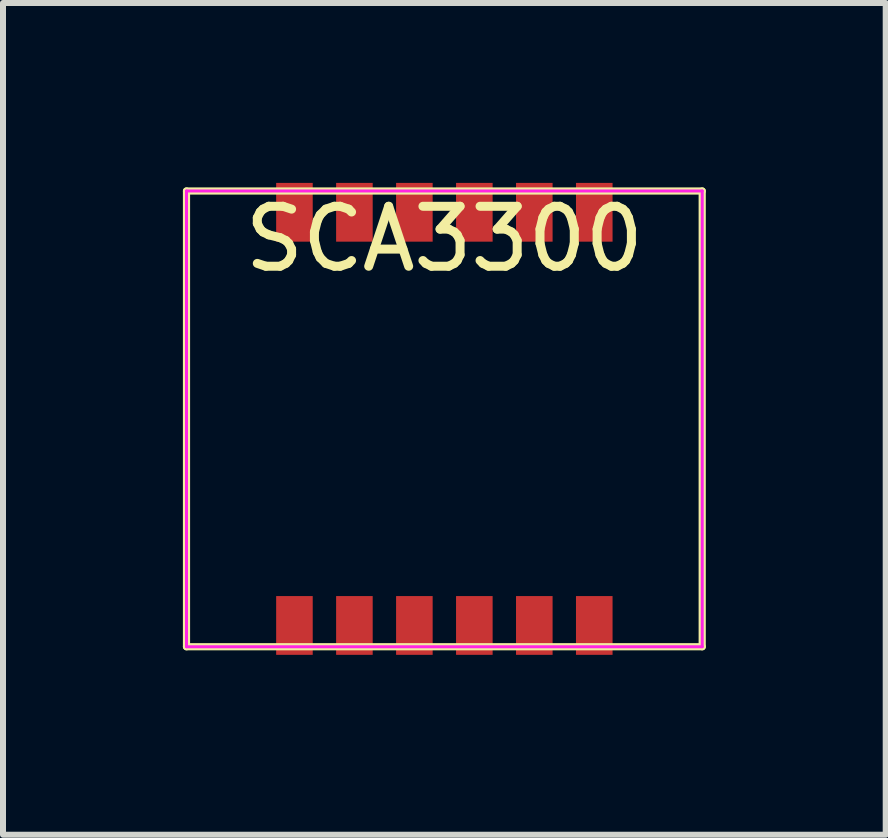
<source format=kicad_pcb>
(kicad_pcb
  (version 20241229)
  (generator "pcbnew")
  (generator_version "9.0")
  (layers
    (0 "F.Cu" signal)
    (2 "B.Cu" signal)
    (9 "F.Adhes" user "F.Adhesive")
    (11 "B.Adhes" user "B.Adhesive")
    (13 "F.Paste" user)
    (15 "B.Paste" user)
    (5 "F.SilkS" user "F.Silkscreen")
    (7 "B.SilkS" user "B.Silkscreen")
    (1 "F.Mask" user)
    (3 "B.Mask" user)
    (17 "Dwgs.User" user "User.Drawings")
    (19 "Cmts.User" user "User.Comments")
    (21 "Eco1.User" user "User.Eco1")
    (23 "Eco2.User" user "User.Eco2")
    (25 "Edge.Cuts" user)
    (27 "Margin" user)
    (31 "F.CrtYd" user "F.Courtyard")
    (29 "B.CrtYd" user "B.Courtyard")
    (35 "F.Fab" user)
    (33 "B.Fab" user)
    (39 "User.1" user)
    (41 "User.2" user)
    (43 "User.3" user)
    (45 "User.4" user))
  (footprint "SCA3300"
    (layer "F.Cu")
    (at 4.36 3.935)
    (property "Reference" "SCA3300" (at 0 -3 0) (layer "F.SilkS") (effects (font (size 1 1) (thickness 0.15))))
    (attr through_hole)
    (fp_line (start -4.3 -3.8) (end -4.3 3.8) (stroke (width 0.12) (type solid)) (layer "F.SilkS"))
    (fp_line (start -4.3 3.8) (end 4.3 3.8) (stroke (width 0.12) (type solid)) (layer "F.SilkS"))
    (fp_line (start 4.3 -3.8) (end -4.3 -3.8) (stroke (width 0.12) (type solid)) (layer "F.SilkS"))
    (fp_line (start 4.3 3.8) (end 4.3 -3.8) (stroke (width 0.12) (type solid)) (layer "F.SilkS"))
    (fp_line (start -4.3 -3.8) (end -4.3 3.8) (stroke (width 0.05) (type solid)) (layer "F.CrtYd"))
    (fp_line (start -4.3 3.8) (end 4.3 3.8) (stroke (width 0.05) (type solid)) (layer "F.CrtYd"))
    (fp_line (start 4.3 -3.8) (end -4.3 -3.8) (stroke (width 0.05) (type solid)) (layer "F.CrtYd"))
    (fp_line (start 4.3 3.8) (end 4.3 -3.8) (stroke (width 0.05) (type solid)) (layer "F.CrtYd"))
    (pad "1" smd rect (at -2.5 3.445) (size 0.61 0.98) (layers "F.Cu" "F.Mask" "F.Paste"))
    (pad "2" smd rect (at -1.5 3.445) (size 0.61 0.98) (layers "F.Cu" "F.Mask" "F.Paste"))
    (pad "3" smd rect (at -0.5 3.445) (size 0.61 0.98) (layers "F.Cu" "F.Mask" "F.Paste"))
    (pad "4" smd rect (at 0.5 3.445) (size 0.61 0.98) (layers "F.Cu" "F.Mask" "F.Paste"))
    (pad "5" smd rect (at 1.5 3.445) (size 0.61 0.98) (layers "F.Cu" "F.Mask" "F.Paste"))
    (pad "6" smd rect (at 2.5 3.445) (size 0.61 0.98) (layers "F.Cu" "F.Mask" "F.Paste"))
    (pad "7" smd rect (at 2.5 -3.445) (size 0.61 0.98) (layers "F.Cu" "F.Mask" "F.Paste"))
    (pad "8" smd rect (at 1.5 -3.445) (size 0.61 0.98) (layers "F.Cu" "F.Mask" "F.Paste"))
    (pad "9" smd rect (at 0.5 -3.445) (size 0.61 0.98) (layers "F.Cu" "F.Mask" "F.Paste"))
    (pad "10" smd rect (at -0.5 -3.445) (size 0.61 0.98) (layers "F.Cu" "F.Mask" "F.Paste"))
    (pad "11" smd rect (at -1.5 -3.445) (size 0.61 0.98) (layers "F.Cu" "F.Mask" "F.Paste"))
    (pad "12" smd rect (at -2.5 -3.445) (size 0.61 0.98) (layers "F.Cu" "F.Mask" "F.Paste")))
  (gr_rect
    (start -3 -3)
    (end 11.72 10.87)
    (stroke (width 0.1) (type default))
    (fill no)
    (layer "Edge.Cuts")))
</source>
